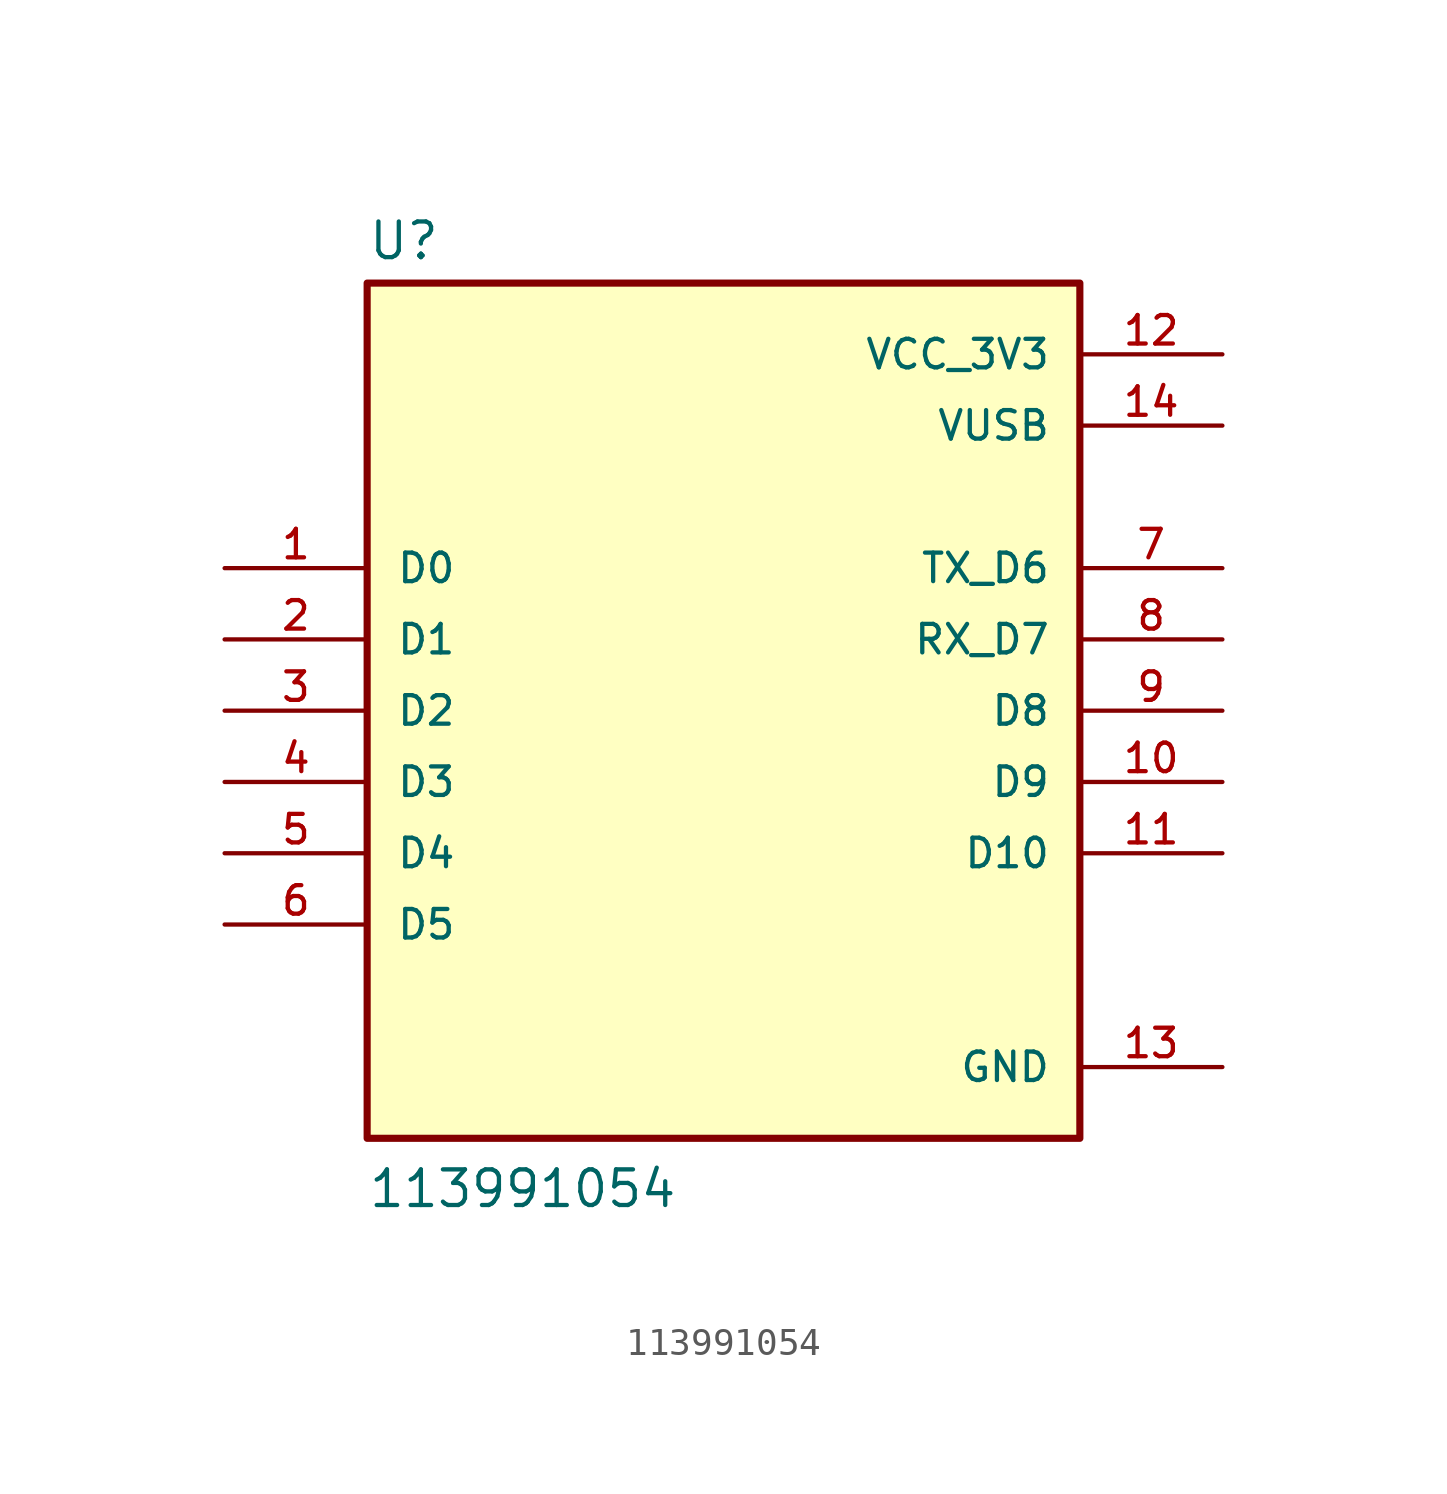
<source format=kicad_sym>
(kicad_symbol_lib
  (version 20241209)
  (generator "kicad_symbol_editor")
  (generator_version "9.0")
  (symbol "113991054"
    (pin_names
      (offset 1.016))
    (property "Reference" "U"
      (at -12.7 16.002 0)
      (effects (font (size 1.27 1.27)) (justify left bottom)))
    (property "Value" "113991054"
      (at -12.7 -17.78 0)
      (effects (font (size 1.27 1.27)) (justify left bottom)))
    (symbol "113991054_0_0"
      (rectangle (start -12.7 -15.24) (end 12.7 15.24) (stroke (width 0.254) (type default)) (fill (type background)))
      (pin bidirectional line (at -17.78 5.08 0) (length 5.08) (name "D0" (effects (font (size 1.016 1.016)))) (number "1" (effects (font (size 1.016 1.016)))))
      (pin bidirectional line (at -17.78 2.54 0) (length 5.08) (name "D1" (effects (font (size 1.016 1.016)))) (number "2" (effects (font (size 1.016 1.016)))))
      (pin bidirectional line (at -17.78 0 0) (length 5.08) (name "D2" (effects (font (size 1.016 1.016)))) (number "3" (effects (font (size 1.016 1.016)))))
      (pin bidirectional line (at -17.78 -2.54 0) (length 5.08) (name "D3" (effects (font (size 1.016 1.016)))) (number "4" (effects (font (size 1.016 1.016)))))
      (pin bidirectional line (at -17.78 -5.08 0) (length 5.08) (name "D4" (effects (font (size 1.016 1.016)))) (number "5" (effects (font (size 1.016 1.016)))))
      (pin bidirectional line (at -17.78 -7.62 0) (length 5.08) (name "D5" (effects (font (size 1.016 1.016)))) (number "6" (effects (font (size 1.016 1.016)))))
      (pin power_in line (at 17.78 12.7 180) (length 5.08) (name "VCC_3V3" (effects (font (size 1.016 1.016)))) (number "12" (effects (font (size 1.016 1.016)))))
      (pin power_in line (at 17.78 10.16 180) (length 5.08) (name "VUSB" (effects (font (size 1.016 1.016)))) (number "14" (effects (font (size 1.016 1.016)))))
      (pin bidirectional line (at 17.78 5.08 180) (length 5.08) (name "TX_D6" (effects (font (size 1.016 1.016)))) (number "7" (effects (font (size 1.016 1.016)))))
      (pin bidirectional line (at 17.78 2.54 180) (length 5.08) (name "RX_D7" (effects (font (size 1.016 1.016)))) (number "8" (effects (font (size 1.016 1.016)))))
      (pin bidirectional line (at 17.78 0 180) (length 5.08) (name "D8" (effects (font (size 1.016 1.016)))) (number "9" (effects (font (size 1.016 1.016)))))
      (pin bidirectional line (at 17.78 -2.54 180) (length 5.08) (name "D9" (effects (font (size 1.016 1.016)))) (number "10" (effects (font (size 1.016 1.016)))))
      (pin bidirectional line (at 17.78 -5.08 180) (length 5.08) (name "D10" (effects (font (size 1.016 1.016)))) (number "11" (effects (font (size 1.016 1.016)))))
      (pin power_in line (at 17.78 -12.7 180) (length 5.08) (name "GND" (effects (font (size 1.016 1.016)))) (number "13" (effects (font (size 1.016 1.016))))))))
</source>
